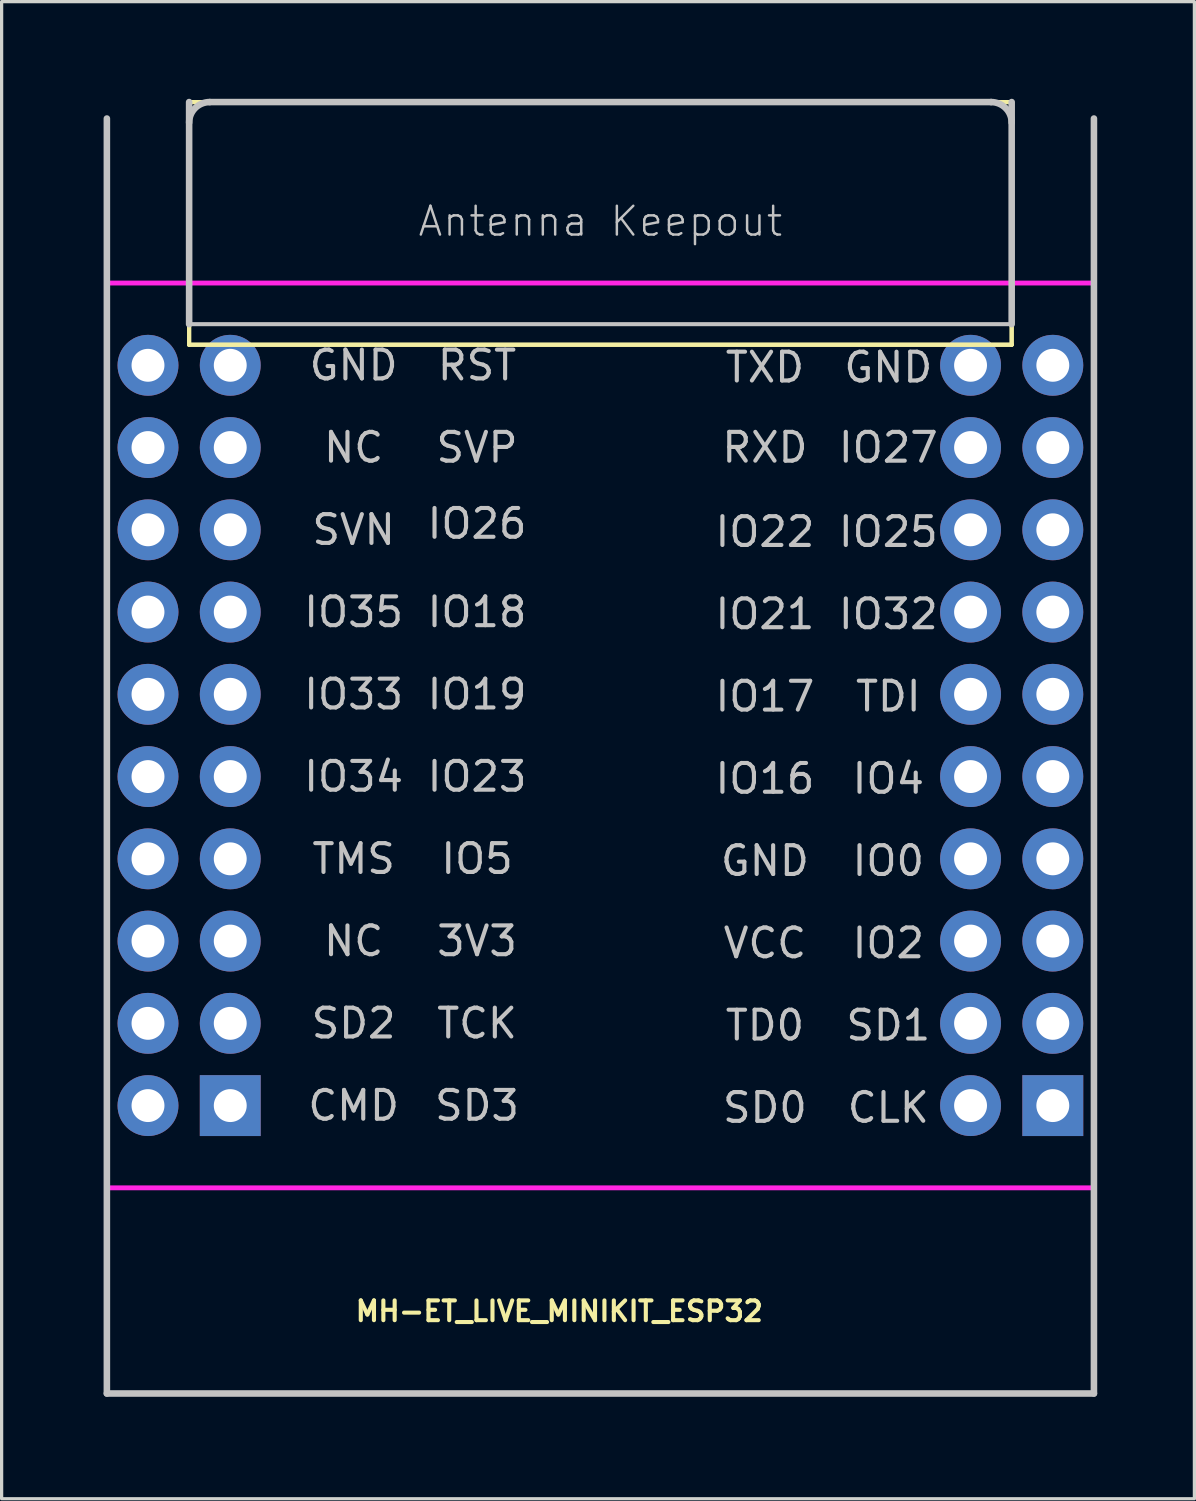
<source format=kicad_pcb>
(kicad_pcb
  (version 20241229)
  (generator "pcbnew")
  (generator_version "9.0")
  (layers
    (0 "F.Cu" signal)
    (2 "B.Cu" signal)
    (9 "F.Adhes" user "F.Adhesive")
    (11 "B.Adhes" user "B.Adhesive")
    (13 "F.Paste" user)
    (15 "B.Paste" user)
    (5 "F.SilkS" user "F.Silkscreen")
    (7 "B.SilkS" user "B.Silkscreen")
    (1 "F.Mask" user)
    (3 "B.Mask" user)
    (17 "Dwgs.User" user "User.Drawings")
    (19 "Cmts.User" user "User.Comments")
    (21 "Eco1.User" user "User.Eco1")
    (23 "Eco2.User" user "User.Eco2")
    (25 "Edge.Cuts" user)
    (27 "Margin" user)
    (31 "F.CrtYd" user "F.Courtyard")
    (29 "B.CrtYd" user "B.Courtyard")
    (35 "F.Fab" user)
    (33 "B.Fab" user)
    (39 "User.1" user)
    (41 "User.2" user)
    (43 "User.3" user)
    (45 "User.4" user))
  (footprint "MH-ET_LIVE_MINIKIT_ESP32"
    (layer "F.Cu")
    (at 0.25 39.98)
    (property "Reference" "MH-ET_LIVE_MINIKIT_ESP32" (at 13.97 -2.54 0) (layer "F.SilkS") (effects (font (size 0.61 0.61) (thickness 0.127))))
    (attr through_hole)
    (fp_line (start 2.54 -39.878) (end 2.54 -32.385) (stroke (width 0.127) (type solid)) (layer "F.SilkS"))
    (fp_line (start 2.54 -39.878) (end 2.54 -32.385) (stroke (width 0.127) (type solid)) (layer "F.SilkS"))
    (fp_line (start 2.54 -32.385) (end 27.94 -32.385) (stroke (width 0.127) (type solid)) (layer "F.SilkS"))
    (fp_line (start 2.54 -32.385) (end 27.94 -32.385) (stroke (width 0.127) (type solid)) (layer "F.SilkS"))
    (fp_line (start 27.94 -39.878) (end 2.54 -39.878) (stroke (width 0.127) (type solid)) (layer "F.SilkS"))
    (fp_line (start 27.94 -39.878) (end 2.54 -39.878) (stroke (width 0.127) (type solid)) (layer "F.SilkS"))
    (fp_line (start 27.94 -32.385) (end 27.94 -39.878) (stroke (width 0.127) (type solid)) (layer "F.SilkS"))
    (fp_line (start 27.94 -32.385) (end 27.94 -39.878) (stroke (width 0.127) (type solid)) (layer "F.SilkS"))
    (fp_line (start 0 0) (end 0 -39.37) (stroke (width 0.203) (type solid)) (layer "Dwgs.User"))
    (fp_line (start 2.54 -33.02) (end 2.54 -39.878) (stroke (width 0.203) (type solid)) (layer "Dwgs.User"))
    (fp_line (start 2.54 -33.02) (end 27.94 -33.02) (stroke (width 0.127) (type solid)) (layer "Dwgs.User"))
    (fp_line (start 3.175 -39.878) (end 27.305 -39.878) (stroke (width 0.203) (type solid)) (layer "Dwgs.User"))
    (fp_line (start 27.94 -39.878) (end 27.94 -33.02) (stroke (width 0.203) (type solid)) (layer "Dwgs.User"))
    (fp_line (start 30.48 -39.37) (end 30.48 0) (stroke (width 0.203) (type solid)) (layer "Dwgs.User"))
    (fp_line (start 30.48 0) (end 0 0) (stroke (width 0.203) (type solid)) (layer "Dwgs.User"))
    (fp_arc (start 2.54 -39.243) (mid 2.725987 -39.692013) (end 3.175 -39.878) (stroke (width 0.2032) (type solid)) (layer "Dwgs.User"))
    (fp_arc (start 27.305 -39.878) (mid 27.754013 -39.692013) (end 27.94 -39.243) (stroke (width 0.2032) (type solid)) (layer "Dwgs.User"))
    (fp_line (start 0 -34.29) (end 30.48 -34.29) (stroke (width 0.15) (type solid)) (layer "F.CrtYd"))
    (fp_line (start 0 -6.35) (end 0 -34.29) (stroke (width 0.15) (type solid)) (layer "F.CrtYd"))
    (fp_line (start 30.48 -34.29) (end 30.48 -6.35) (stroke (width 0.15) (type solid)) (layer "F.CrtYd"))
    (fp_line (start 30.48 -6.35) (end 0 -6.35) (stroke (width 0.15) (type solid)) (layer "F.CrtYd"))
    (fp_text user "IO26" (at 11.43 -26.86 0) (layer "Dwgs.User") (effects (font (size 0.889 0.889) (thickness 0.127))))
    (fp_text user "TCK" (at 11.43 -11.43 0) (layer "Dwgs.User") (effects (font (size 0.889 0.889) (thickness 0.127))))
    (fp_text user "IO21" (at 20.32 -24.067 0) (layer "Dwgs.User") (effects (font (size 0.889 0.889) (thickness 0.127))))
    (fp_text user "IO16" (at 20.32 -18.986 0) (layer "Dwgs.User") (effects (font (size 0.889 0.889) (thickness 0.127))))
    (fp_text user "IO22" (at 20.32 -26.607 0) (layer "Dwgs.User") (effects (font (size 0.889 0.889) (thickness 0.127))))
    (fp_text user "IO34" (at 7.62 -19.05 0) (layer "Dwgs.User") (effects (font (size 0.889 0.889) (thickness 0.127))))
    (fp_text user "TXD" (at 20.32 -31.686 0) (layer "Dwgs.User") (effects (font (size 0.889 0.889) (thickness 0.127))))
    (fp_text user "Antenna Keepout" (at 15.24 -36.195 0) (layer "Dwgs.User") (effects (font (size 0.889 0.889) (thickness 0.076))))
    (fp_text user "TDI" (at 24.13 -21.526 0) (layer "Dwgs.User") (effects (font (size 0.889 0.889) (thickness 0.127))))
    (fp_text user "GND" (at 20.32 -16.447 0) (layer "Dwgs.User") (effects (font (size 0.889 0.889) (thickness 0.127))))
    (fp_text user "IO2" (at 24.13 -13.906 0) (layer "Dwgs.User") (effects (font (size 0.889 0.889) (thickness 0.127))))
    (fp_text user "TD0" (at 20.32 -11.367 0) (layer "Dwgs.User") (effects (font (size 0.889 0.889) (thickness 0.127))))
    (fp_text user "RST" (at 11.43 -31.75 0) (layer "Dwgs.User") (effects (font (size 0.889 0.889) (thickness 0.127))))
    (fp_text user "SD0" (at 20.32 -8.824 0) (layer "Dwgs.User") (effects (font (size 0.889 0.889) (thickness 0.127))))
    (fp_text user "IO35" (at 7.62 -24.13 0) (layer "Dwgs.User") (effects (font (size 0.889 0.889) (thickness 0.127))))
    (fp_text user "IO23" (at 11.43 -19.05 0) (layer "Dwgs.User") (effects (font (size 0.889 0.889) (thickness 0.127))))
    (fp_text user "IO0" (at 24.13 -16.447 0) (layer "Dwgs.User") (effects (font (size 0.889 0.889) (thickness 0.127))))
    (fp_text user "VCC" (at 20.32 -13.906 0) (layer "Dwgs.User") (effects (font (size 0.889 0.889) (thickness 0.127))))
    (fp_text user "GND" (at 24.13 -31.686 0) (layer "Dwgs.User") (effects (font (size 0.889 0.889) (thickness 0.127))))
    (fp_text user "SD3" (at 11.43 -8.89 0) (layer "Dwgs.User") (effects (font (size 0.889 0.889) (thickness 0.127))))
    (fp_text user "IO18" (at 11.43 -24.13 0) (layer "Dwgs.User") (effects (font (size 0.889 0.889) (thickness 0.127))))
    (fp_text user "IO5" (at 11.43 -16.51 0) (layer "Dwgs.User") (effects (font (size 0.889 0.889) (thickness 0.127))))
    (fp_text user "SD2" (at 7.62 -11.43 0) (layer "Dwgs.User") (effects (font (size 0.889 0.889) (thickness 0.127))))
    (fp_text user "IO33" (at 7.62 -21.59 0) (layer "Dwgs.User") (effects (font (size 0.889 0.889) (thickness 0.127))))
    (fp_text user "IO32" (at 24.13 -24.067 0) (layer "Dwgs.User") (effects (font (size 0.889 0.889) (thickness 0.127))))
    (fp_text user "SD1" (at 24.13 -11.367 0) (layer "Dwgs.User") (effects (font (size 0.889 0.889) (thickness 0.127))))
    (fp_text user "SVN" (at 7.62 -26.67 0) (layer "Dwgs.User") (effects (font (size 0.889 0.889) (thickness 0.127))))
    (fp_text user "IO27" (at 24.13 -29.21 0) (layer "Dwgs.User") (effects (font (size 0.889 0.889) (thickness 0.127))))
    (fp_text user "CMD" (at 7.62 -8.89 0) (layer "Dwgs.User") (effects (font (size 0.889 0.889) (thickness 0.127))))
    (fp_text user "NC" (at 7.62 -29.21 0) (layer "Dwgs.User") (effects (font (size 0.889 0.889) (thickness 0.127))))
    (fp_text user "3V3" (at 11.43 -13.97 0) (layer "Dwgs.User") (effects (font (size 0.889 0.889) (thickness 0.127))))
    (fp_text user "RXD" (at 20.32 -29.21 0) (layer "Dwgs.User") (effects (font (size 0.889 0.889) (thickness 0.127))))
    (fp_text user "NC" (at 7.62 -13.97 0) (layer "Dwgs.User") (effects (font (size 0.889 0.889) (thickness 0.127))))
    (fp_text user "SVP" (at 11.43 -29.21 0) (layer "Dwgs.User") (effects (font (size 0.889 0.889) (thickness 0.127))))
    (fp_text user "IO19" (at 11.43 -21.59 0) (layer "Dwgs.User") (effects (font (size 0.889 0.889) (thickness 0.127))))
    (fp_text user "TMS" (at 7.62 -16.51 0) (layer "Dwgs.User") (effects (font (size 0.889 0.889) (thickness 0.127))))
    (fp_text user "IO4" (at 24.13 -18.986 0) (layer "Dwgs.User") (effects (font (size 0.889 0.889) (thickness 0.127))))
    (fp_text user "GND" (at 7.62 -31.75 0) (layer "Dwgs.User") (effects (font (size 0.889 0.889) (thickness 0.127))))
    (fp_text user "IO17" (at 20.32 -21.524 0) (layer "Dwgs.User") (effects (font (size 0.889 0.889) (thickness 0.127))))
    (fp_text user "CLK" (at 24.13 -8.826 0) (layer "Dwgs.User") (effects (font (size 0.889 0.889) (thickness 0.127))))
    (fp_text user "IO25" (at 24.13 -26.607 0) (layer "Dwgs.User") (effects (font (size 0.889 0.889) (thickness 0.127))))
    (pad "" thru_hole circle (at 1.27 -29.21) (size 1.88 1.88) (drill 1.016) (layers "*.Cu" "*.Mask"))
    (pad "" thru_hole circle (at 1.27 -13.97) (size 1.88 1.88) (drill 1.016) (layers "*.Cu" "*.Mask"))
    (pad "" thru_hole circle (at 3.81 -31.75) (size 1.88 1.88) (drill 1.016) (layers "*.Cu" "*.Mask"))
    (pad "" thru_hole circle (at 3.81 -13.97) (size 1.88 1.88) (drill 1.016) (layers "*.Cu" "*.Mask"))
    (pad "" thru_hole circle (at 26.67 -31.75) (size 1.88 1.88) (drill 1.016) (layers "*.Cu" "*.Mask"))
    (pad "" thru_hole circle (at 29.21 -13.97) (size 1.88 1.88) (drill 1.016) (layers "*.Cu" "*.Mask"))
    (pad "0" thru_hole circle (at 29.21 -16.51) (size 1.88 1.88) (drill 1.016) (layers "*.Cu" "*.Mask"))
    (pad "1" thru_hole circle (at 1.27 -31.75) (size 1.88 1.88) (drill 1.016) (layers "*.Cu" "*.Mask"))
    (pad "1" thru_hole circle (at 26.67 -16.51) (size 1.88 1.88) (drill 1.016) (layers "*.Cu" "*.Mask"))
    (pad "1" thru_hole circle (at 29.21 -31.75) (size 1.88 1.88) (drill 1.016) (layers "*.Cu" "*.Mask"))
    (pad "2" thru_hole circle (at 26.67 -13.97) (size 1.88 1.88) (drill 1.016) (layers "*.Cu" "*.Mask"))
    (pad "3" thru_hole circle (at 26.67 -29.21) (size 1.88 1.88) (drill 1.016) (layers "*.Cu" "*.Mask"))
    (pad "4" thru_hole circle (at 29.21 -19.05) (size 1.88 1.88) (drill 1.016) (layers "*.Cu" "*.Mask"))
    (pad "5" thru_hole circle (at 3.81 -16.51) (size 1.88 1.88) (drill 1.016) (layers "*.Cu" "*.Mask"))
    (pad "6" thru_hole rect (at 29.21 -8.89) (size 1.88 1.88) (drill 1.016) (layers "*.Cu" "*.Mask"))
    (pad "7" thru_hole circle (at 26.67 -8.89) (size 1.88 1.88) (drill 1.016) (layers "*.Cu" "*.Mask"))
    (pad "8" thru_hole circle (at 29.21 -11.43) (size 1.88 1.88) (drill 1.016) (layers "*.Cu" "*.Mask"))
    (pad "9" thru_hole circle (at 1.27 -11.43) (size 1.88 1.88) (drill 1.016) (layers "*.Cu" "*.Mask"))
    (pad "10" thru_hole rect (at 3.81 -8.89) (size 1.88 1.88) (drill 1.016) (layers "*.Cu" "*.Mask"))
    (pad "11" thru_hole circle (at 1.27 -8.89) (size 1.88 1.88) (drill 1.016) (layers "*.Cu" "*.Mask"))
    (pad "12" thru_hole circle (at 29.21 -21.59) (size 1.88 1.88) (drill 1.016) (layers "*.Cu" "*.Mask"))
    (pad "13" thru_hole circle (at 3.81 -11.43) (size 1.88 1.88) (drill 1.016) (layers "*.Cu" "*.Mask"))
    (pad "14" thru_hole circle (at 1.27 -16.51) (size 1.88 1.88) (drill 1.016) (layers "*.Cu" "*.Mask"))
    (pad "15" thru_hole circle (at 26.67 -11.43) (size 1.88 1.88) (drill 1.016) (layers "*.Cu" "*.Mask"))
    (pad "16" thru_hole circle (at 26.67 -19.05) (size 1.88 1.88) (drill 1.016) (layers "*.Cu" "*.Mask"))
    (pad "17" thru_hole circle (at 26.67 -21.59) (size 1.88 1.88) (drill 1.016) (layers "*.Cu" "*.Mask"))
    (pad "18" thru_hole circle (at 3.81 -24.13) (size 1.88 1.88) (drill 1.016) (layers "*.Cu" "*.Mask"))
    (pad "19" thru_hole circle (at 3.81 -21.59) (size 1.88 1.88) (drill 1.016) (layers "*.Cu" "*.Mask"))
    (pad "21" thru_hole circle (at 26.67 -24.13) (size 1.88 1.88) (drill 1.016) (layers "*.Cu" "*.Mask"))
    (pad "22" thru_hole circle (at 26.67 -26.67) (size 1.88 1.88) (drill 1.016) (layers "*.Cu" "*.Mask"))
    (pad "23" thru_hole circle (at 3.81 -19.05) (size 1.88 1.88) (drill 1.016) (layers "*.Cu" "*.Mask"))
    (pad "25" thru_hole circle (at 29.21 -26.67) (size 1.88 1.88) (drill 1.016) (layers "*.Cu" "*.Mask"))
    (pad "26" thru_hole circle (at 3.81 -26.67) (size 1.88 1.88) (drill 1.016) (layers "*.Cu" "*.Mask"))
    (pad "27" thru_hole circle (at 29.21 -29.21) (size 1.88 1.88) (drill 1.016) (layers "*.Cu" "*.Mask"))
    (pad "32" thru_hole circle (at 29.21 -24.13) (size 1.88 1.88) (drill 1.016) (layers "*.Cu" "*.Mask"))
    (pad "33" thru_hole circle (at 1.27 -21.59) (size 1.88 1.88) (drill 1.016) (layers "*.Cu" "*.Mask"))
    (pad "34" thru_hole circle (at 1.27 -19.05) (size 1.88 1.88) (drill 1.016) (layers "*.Cu" "*.Mask"))
    (pad "35" thru_hole circle (at 1.27 -24.13) (size 1.88 1.88) (drill 1.016) (layers "*.Cu" "*.Mask"))
    (pad "36" thru_hole circle (at 3.81 -29.21) (size 1.88 1.88) (drill 1.016) (layers "*.Cu" "*.Mask"))
    (pad "39" thru_hole circle (at 1.27 -26.67) (size 1.88 1.88) (drill 1.016) (layers "*.Cu" "*.Mask")))
  (gr_rect
    (start -3 -3)
    (end 33.832 43.23)
    (stroke (width 0.1) (type default))
    (fill no)
    (layer "Edge.Cuts")))
</source>
